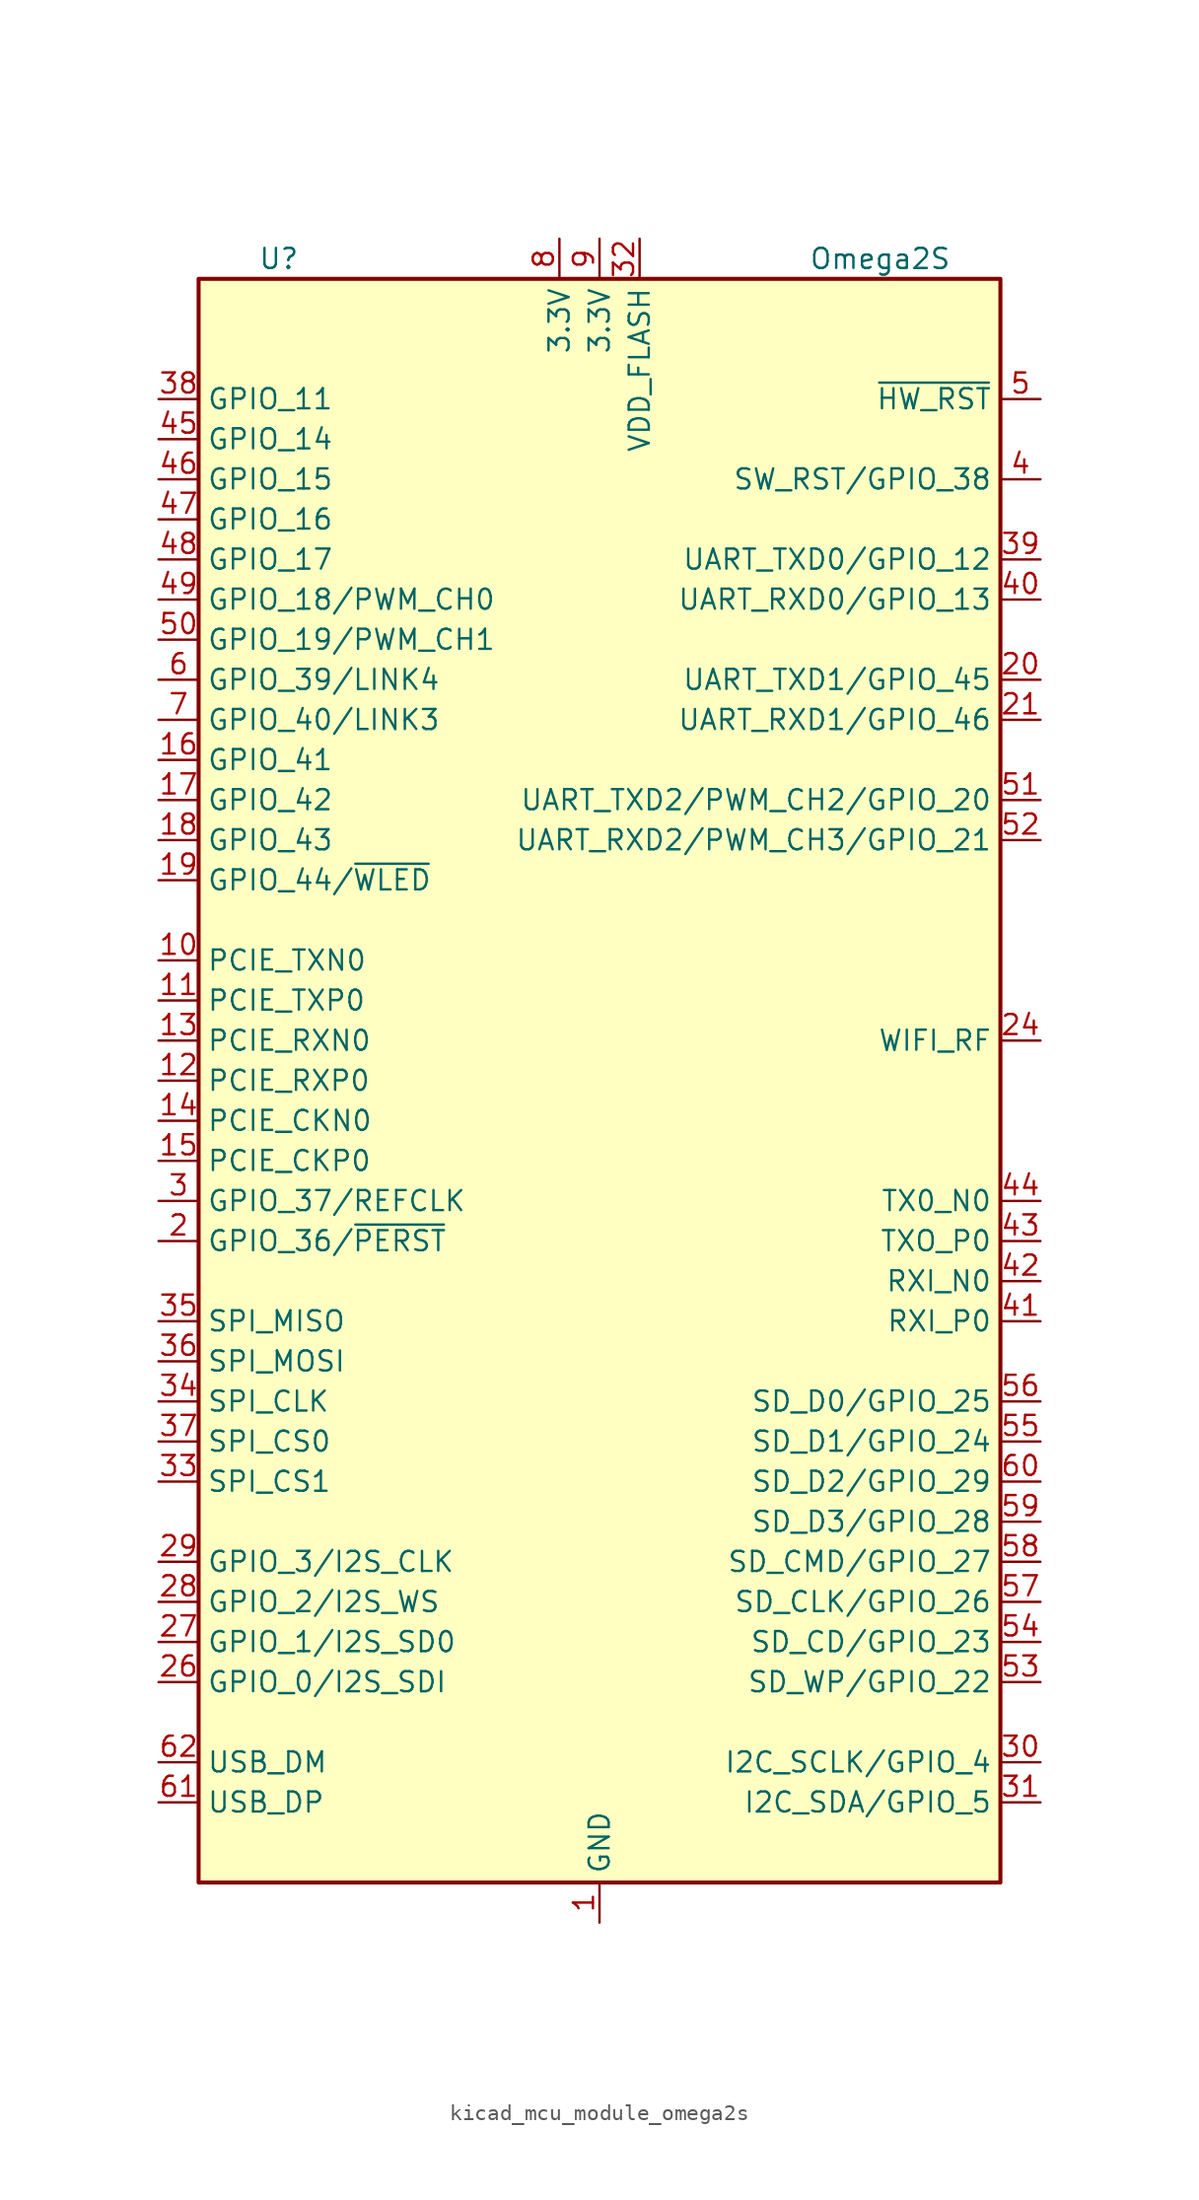
<source format=kicad_sym>
(kicad_symbol_lib
  (version 20220914)
  (generator kicad_symbol_editor)
  (symbol "kicad_mcu_module_omega2s"
    (property "Reference" "U"
      (at -20.32 52.07 0)
      (effects (font (size 1.27 1.27))))
    (property "Value" "Omega2S"
      (at 17.78 52.07 0)
      (effects (font (size 1.27 1.27))))
    (symbol "kicad_mcu_module_omega2s_0_1"
      (rectangle (start -25.4 -50.8) (end 25.4 50.8) (stroke (width 0.254) (type default)) (fill (type background))))
    (symbol "kicad_mcu_module_omega2s_1_1"
      (pin power_in line (at 0 -53.34 90) (length 2.54) (name "GND" (effects (font (size 1.27 1.27)))) (number "1" (effects (font (size 1.27 1.27)))))
      (pin output line (at -27.94 7.62 0) (length 2.54) (name "PCIE_TXN0" (effects (font (size 1.27 1.27)))) (number "10" (effects (font (size 1.27 1.27)))))
      (pin output line (at -27.94 5.08 0) (length 2.54) (name "PCIE_TXP0" (effects (font (size 1.27 1.27)))) (number "11" (effects (font (size 1.27 1.27)))))
      (pin input line (at -27.94 0 0) (length 2.54) (name "PCIE_RXP0" (effects (font (size 1.27 1.27)))) (number "12" (effects (font (size 1.27 1.27)))))
      (pin input line (at -27.94 2.54 0) (length 2.54) (name "PCIE_RXN0" (effects (font (size 1.27 1.27)))) (number "13" (effects (font (size 1.27 1.27)))))
      (pin output line (at -27.94 -2.54 0) (length 2.54) (name "PCIE_CKN0" (effects (font (size 1.27 1.27)))) (number "14" (effects (font (size 1.27 1.27)))))
      (pin output line (at -27.94 -5.08 0) (length 2.54) (name "PCIE_CKP0" (effects (font (size 1.27 1.27)))) (number "15" (effects (font (size 1.27 1.27)))))
      (pin bidirectional line (at -27.94 20.32 0) (length 2.54) (name "GPIO_41" (effects (font (size 1.27 1.27)))) (number "16" (effects (font (size 1.27 1.27)))))
      (pin bidirectional line (at -27.94 17.78 0) (length 2.54) (name "GPIO_42" (effects (font (size 1.27 1.27)))) (number "17" (effects (font (size 1.27 1.27)))))
      (pin bidirectional line (at -27.94 15.24 0) (length 2.54) (name "GPIO_43" (effects (font (size 1.27 1.27)))) (number "18" (effects (font (size 1.27 1.27)))))
      (pin bidirectional line (at -27.94 12.7 0) (length 2.54) (name "GPIO_44/~{WLED}" (effects (font (size 1.27 1.27)))) (number "19" (effects (font (size 1.27 1.27)))))
      (pin bidirectional line (at -27.94 -10.16 0) (length 2.54) (name "GPIO_36/~{PERST}" (effects (font (size 1.27 1.27)))) (number "2" (effects (font (size 1.27 1.27)))))
      (pin bidirectional line (at 27.94 25.4 180) (length 2.54) (name "UART_TXD1/GPIO_45" (effects (font (size 1.27 1.27)))) (number "20" (effects (font (size 1.27 1.27)))))
      (pin bidirectional line (at 27.94 22.86 180) (length 2.54) (name "UART_RXD1/GPIO_46" (effects (font (size 1.27 1.27)))) (number "21" (effects (font (size 1.27 1.27)))))
      (pin passive line (at 0 -53.34 90) (length 2.54) hide (name "GND" (effects (font (size 1.27 1.27)))) (number "22" (effects (font (size 1.27 1.27)))))
      (pin passive line (at 0 -53.34 90) (length 2.54) hide (name "GND" (effects (font (size 1.27 1.27)))) (number "23" (effects (font (size 1.27 1.27)))))
      (pin passive line (at 27.94 2.54 180) (length 2.54) (name "WIFI_RF" (effects (font (size 1.27 1.27)))) (number "24" (effects (font (size 1.27 1.27)))))
      (pin passive line (at 0 -53.34 90) (length 2.54) hide (name "GND" (effects (font (size 1.27 1.27)))) (number "25" (effects (font (size 1.27 1.27)))))
      (pin bidirectional line (at -27.94 -38.1 0) (length 2.54) (name "GPIO_0/I2S_SDI" (effects (font (size 1.27 1.27)))) (number "26" (effects (font (size 1.27 1.27)))))
      (pin bidirectional line (at -27.94 -35.56 0) (length 2.54) (name "GPIO_1/I2S_SD0" (effects (font (size 1.27 1.27)))) (number "27" (effects (font (size 1.27 1.27)))))
      (pin bidirectional line (at -27.94 -33.02 0) (length 2.54) (name "GPIO_2/I2S_WS" (effects (font (size 1.27 1.27)))) (number "28" (effects (font (size 1.27 1.27)))))
      (pin bidirectional line (at -27.94 -30.48 0) (length 2.54) (name "GPIO_3/I2S_CLK" (effects (font (size 1.27 1.27)))) (number "29" (effects (font (size 1.27 1.27)))))
      (pin bidirectional line (at -27.94 -7.62 0) (length 2.54) (name "GPIO_37/REFCLK" (effects (font (size 1.27 1.27)))) (number "3" (effects (font (size 1.27 1.27)))))
      (pin bidirectional line (at 27.94 -43.18 180) (length 2.54) (name "I2C_SCLK/GPIO_4" (effects (font (size 1.27 1.27)))) (number "30" (effects (font (size 1.27 1.27)))))
      (pin bidirectional line (at 27.94 -45.72 180) (length 2.54) (name "I2C_SDA/GPIO_5" (effects (font (size 1.27 1.27)))) (number "31" (effects (font (size 1.27 1.27)))))
      (pin power_in line (at 2.54 53.34 270) (length 2.54) (name "VDD_FLASH" (effects (font (size 1.27 1.27)))) (number "32" (effects (font (size 1.27 1.27)))))
      (pin output line (at -27.94 -25.4 0) (length 2.54) (name "SPI_CS1" (effects (font (size 1.27 1.27)))) (number "33" (effects (font (size 1.27 1.27)))))
      (pin output line (at -27.94 -20.32 0) (length 2.54) (name "SPI_CLK" (effects (font (size 1.27 1.27)))) (number "34" (effects (font (size 1.27 1.27)))))
      (pin input line (at -27.94 -15.24 0) (length 2.54) (name "SPI_MISO" (effects (font (size 1.27 1.27)))) (number "35" (effects (font (size 1.27 1.27)))))
      (pin output line (at -27.94 -17.78 0) (length 2.54) (name "SPI_MOSI" (effects (font (size 1.27 1.27)))) (number "36" (effects (font (size 1.27 1.27)))))
      (pin output line (at -27.94 -22.86 0) (length 2.54) (name "SPI_CS0" (effects (font (size 1.27 1.27)))) (number "37" (effects (font (size 1.27 1.27)))))
      (pin bidirectional line (at -27.94 43.18 0) (length 2.54) (name "GPIO_11" (effects (font (size 1.27 1.27)))) (number "38" (effects (font (size 1.27 1.27)))))
      (pin bidirectional line (at 27.94 33.02 180) (length 2.54) (name "UART_TXD0/GPIO_12" (effects (font (size 1.27 1.27)))) (number "39" (effects (font (size 1.27 1.27)))))
      (pin bidirectional line (at 27.94 38.1 180) (length 2.54) (name "SW_RST/GPIO_38" (effects (font (size 1.27 1.27)))) (number "4" (effects (font (size 1.27 1.27)))))
      (pin bidirectional line (at 27.94 30.48 180) (length 2.54) (name "UART_RXD0/GPIO_13" (effects (font (size 1.27 1.27)))) (number "40" (effects (font (size 1.27 1.27)))))
      (pin input line (at 27.94 -15.24 180) (length 2.54) (name "RXI_P0" (effects (font (size 1.27 1.27)))) (number "41" (effects (font (size 1.27 1.27)))))
      (pin input line (at 27.94 -12.7 180) (length 2.54) (name "RXI_N0" (effects (font (size 1.27 1.27)))) (number "42" (effects (font (size 1.27 1.27)))))
      (pin output line (at 27.94 -10.16 180) (length 2.54) (name "TXO_P0" (effects (font (size 1.27 1.27)))) (number "43" (effects (font (size 1.27 1.27)))))
      (pin output line (at 27.94 -7.62 180) (length 2.54) (name "TX0_N0" (effects (font (size 1.27 1.27)))) (number "44" (effects (font (size 1.27 1.27)))))
      (pin bidirectional line (at -27.94 40.64 0) (length 2.54) (name "GPIO_14" (effects (font (size 1.27 1.27)))) (number "45" (effects (font (size 1.27 1.27)))))
      (pin bidirectional line (at -27.94 38.1 0) (length 2.54) (name "GPIO_15" (effects (font (size 1.27 1.27)))) (number "46" (effects (font (size 1.27 1.27)))))
      (pin bidirectional line (at -27.94 35.56 0) (length 2.54) (name "GPIO_16" (effects (font (size 1.27 1.27)))) (number "47" (effects (font (size 1.27 1.27)))))
      (pin bidirectional line (at -27.94 33.02 0) (length 2.54) (name "GPIO_17" (effects (font (size 1.27 1.27)))) (number "48" (effects (font (size 1.27 1.27)))))
      (pin bidirectional line (at -27.94 30.48 0) (length 2.54) (name "GPIO_18/PWM_CH0" (effects (font (size 1.27 1.27)))) (number "49" (effects (font (size 1.27 1.27)))))
      (pin input line (at 27.94 43.18 180) (length 2.54) (name "~{HW_RST}" (effects (font (size 1.27 1.27)))) (number "5" (effects (font (size 1.27 1.27)))))
      (pin bidirectional line (at -27.94 27.94 0) (length 2.54) (name "GPIO_19/PWM_CH1" (effects (font (size 1.27 1.27)))) (number "50" (effects (font (size 1.27 1.27)))))
      (pin bidirectional line (at 27.94 17.78 180) (length 2.54) (name "UART_TXD2/PWM_CH2/GPIO_20" (effects (font (size 1.27 1.27)))) (number "51" (effects (font (size 1.27 1.27)))))
      (pin bidirectional line (at 27.94 15.24 180) (length 2.54) (name "UART_RXD2/PWM_CH3/GPIO_21" (effects (font (size 1.27 1.27)))) (number "52" (effects (font (size 1.27 1.27)))))
      (pin bidirectional line (at 27.94 -38.1 180) (length 2.54) (name "SD_WP/GPIO_22" (effects (font (size 1.27 1.27)))) (number "53" (effects (font (size 1.27 1.27)))))
      (pin bidirectional line (at 27.94 -35.56 180) (length 2.54) (name "SD_CD/GPIO_23" (effects (font (size 1.27 1.27)))) (number "54" (effects (font (size 1.27 1.27)))))
      (pin bidirectional line (at 27.94 -22.86 180) (length 2.54) (name "SD_D1/GPIO_24" (effects (font (size 1.27 1.27)))) (number "55" (effects (font (size 1.27 1.27)))))
      (pin bidirectional line (at 27.94 -20.32 180) (length 2.54) (name "SD_D0/GPIO_25" (effects (font (size 1.27 1.27)))) (number "56" (effects (font (size 1.27 1.27)))))
      (pin bidirectional line (at 27.94 -33.02 180) (length 2.54) (name "SD_CLK/GPIO_26" (effects (font (size 1.27 1.27)))) (number "57" (effects (font (size 1.27 1.27)))))
      (pin bidirectional line (at 27.94 -30.48 180) (length 2.54) (name "SD_CMD/GPIO_27" (effects (font (size 1.27 1.27)))) (number "58" (effects (font (size 1.27 1.27)))))
      (pin bidirectional line (at 27.94 -27.94 180) (length 2.54) (name "SD_D3/GPIO_28" (effects (font (size 1.27 1.27)))) (number "59" (effects (font (size 1.27 1.27)))))
      (pin bidirectional line (at -27.94 25.4 0) (length 2.54) (name "GPIO_39/LINK4" (effects (font (size 1.27 1.27)))) (number "6" (effects (font (size 1.27 1.27)))))
      (pin bidirectional line (at 27.94 -25.4 180) (length 2.54) (name "SD_D2/GPIO_29" (effects (font (size 1.27 1.27)))) (number "60" (effects (font (size 1.27 1.27)))))
      (pin bidirectional line (at -27.94 -45.72 0) (length 2.54) (name "USB_DP" (effects (font (size 1.27 1.27)))) (number "61" (effects (font (size 1.27 1.27)))))
      (pin bidirectional line (at -27.94 -43.18 0) (length 2.54) (name "USB_DM" (effects (font (size 1.27 1.27)))) (number "62" (effects (font (size 1.27 1.27)))))
      (pin passive line (at 0 -53.34 90) (length 2.54) hide (name "GND" (effects (font (size 1.27 1.27)))) (number "63" (effects (font (size 1.27 1.27)))))
      (pin passive line (at 0 -53.34 90) (length 2.54) hide (name "GND" (effects (font (size 1.27 1.27)))) (number "64" (effects (font (size 1.27 1.27)))))
      (pin bidirectional line (at -27.94 22.86 0) (length 2.54) (name "GPIO_40/LINK3" (effects (font (size 1.27 1.27)))) (number "7" (effects (font (size 1.27 1.27)))))
      (pin power_in line (at -2.54 53.34 270) (length 2.54) (name "3.3V" (effects (font (size 1.27 1.27)))) (number "8" (effects (font (size 1.27 1.27)))))
      (pin power_in line (at 0 53.34 270) (length 2.54) (name "3.3V" (effects (font (size 1.27 1.27)))) (number "9" (effects (font (size 1.27 1.27))))))))
</source>
